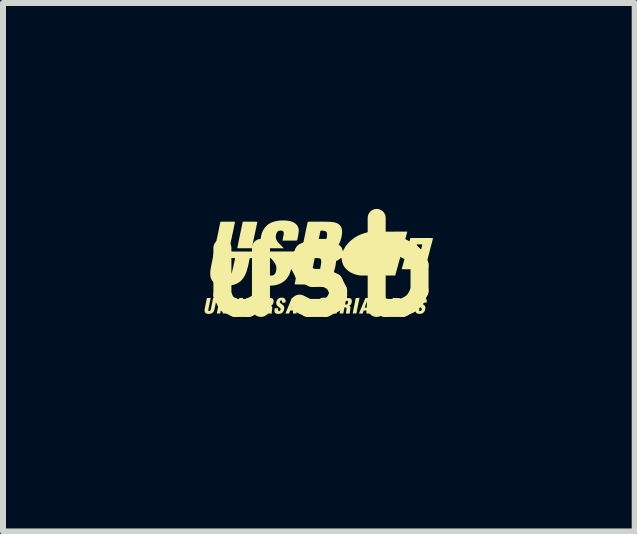
<source format=kicad_pcb>
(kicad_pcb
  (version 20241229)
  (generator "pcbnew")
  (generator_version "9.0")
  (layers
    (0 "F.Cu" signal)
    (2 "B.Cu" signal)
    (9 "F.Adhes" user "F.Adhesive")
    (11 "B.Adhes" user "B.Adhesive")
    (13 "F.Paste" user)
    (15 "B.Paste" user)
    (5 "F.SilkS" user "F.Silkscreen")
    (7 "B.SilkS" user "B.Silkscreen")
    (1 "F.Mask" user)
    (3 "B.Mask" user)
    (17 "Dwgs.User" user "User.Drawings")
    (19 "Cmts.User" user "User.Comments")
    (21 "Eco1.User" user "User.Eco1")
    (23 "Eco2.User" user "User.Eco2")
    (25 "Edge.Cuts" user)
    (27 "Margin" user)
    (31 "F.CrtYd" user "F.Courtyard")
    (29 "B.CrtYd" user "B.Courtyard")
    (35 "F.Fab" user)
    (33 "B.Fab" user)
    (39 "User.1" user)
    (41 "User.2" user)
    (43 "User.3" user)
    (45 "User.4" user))
  (footprint "usb"
    (layer "F.Cu")
    (at 2.264 1.404)
    (property "Reference" "usb" (at 0 0 0) (layer "F.SilkS") (effects (font (size 1.5 1.5) (thickness 0.3))))
    (attr board_only exclude_from_pos_files exclude_from_bom)
    (fp_poly (pts (xy -1.394 0.635) (xy -1.4 0.662) (xy -1.405 0.688) (xy -1.409 0.711) (xy -1.413 0.73) (xy -1.416 0.746) (xy -1.419 0.758) (xy -1.42 0.764) (xy -1.42 0.765) (xy -1.421 0.768) (xy -1.424 0.77) (xy -1.428 0.771) (xy -1.437 0.772) (xy -1.45 0.772) (xy -1.453 0.772) (xy -1.483 0.772) (xy -1.459 0.649) (xy -1.454 0.622) (xy -1.448 0.597) (xy -1.444 0.574) (xy -1.44 0.554) (xy -1.437 0.538) (xy -1.434 0.527) (xy -1.433 0.52) (xy -1.433 0.52) (xy -1.432 0.516) (xy -1.429 0.514) (xy -1.425 0.513) (xy -1.416 0.513) (xy -1.403 0.513) (xy -1.4 0.512) (xy -1.37 0.512)) (stroke (width 0) (type solid)) (fill yes) (layer "F.SilkS"))
    (fp_poly (pts (xy 0.676 0.523) (xy 0.675 0.528) (xy 0.673 0.539) (xy 0.67 0.554) (xy 0.666 0.573) (xy 0.661 0.596) (xy 0.656 0.62) (xy 0.651 0.647) (xy 0.65 0.652) (xy 0.626 0.77) (xy 0.596 0.771) (xy 0.581 0.771) (xy 0.572 0.771) (xy 0.567 0.77) (xy 0.566 0.768) (xy 0.566 0.768) (xy 0.566 0.764) (xy 0.568 0.755) (xy 0.571 0.741) (xy 0.574 0.722) (xy 0.578 0.701) (xy 0.583 0.676) (xy 0.588 0.65) (xy 0.591 0.639) (xy 0.596 0.612) (xy 0.601 0.587) (xy 0.606 0.565) (xy 0.609 0.545) (xy 0.612 0.53) (xy 0.614 0.519) (xy 0.616 0.514) (xy 0.616 0.513) (xy 0.619 0.513) (xy 0.626 0.513) (xy 0.638 0.513) (xy 0.647 0.512) (xy 0.678 0.512)) (stroke (width 0) (type solid)) (fill yes) (layer "F.SilkS"))
    (fp_poly (pts (xy -1.267 0.599) (xy -1.268 0.622) (xy -1.268 0.642) (xy -1.268 0.659) (xy -1.268 0.672) (xy -1.268 0.681) (xy -1.268 0.684) (xy -1.268 0.684) (xy -1.266 0.681) (xy -1.263 0.673) (xy -1.258 0.66) (xy -1.252 0.644) (xy -1.244 0.625) (xy -1.236 0.603) (xy -1.235 0.599) (xy -1.227 0.577) (xy -1.219 0.558) (xy -1.213 0.541) (xy -1.208 0.527) (xy -1.204 0.518) (xy -1.202 0.514) (xy -1.202 0.514) (xy -1.199 0.513) (xy -1.19 0.513) (xy -1.179 0.513) (xy -1.171 0.513) (xy -1.141 0.514) (xy -1.195 0.642) (xy -1.249 0.77) (xy -1.285 0.771) (xy -1.321 0.772) (xy -1.323 0.706) (xy -1.324 0.68) (xy -1.324 0.651) (xy -1.325 0.622) (xy -1.326 0.594) (xy -1.326 0.576) (xy -1.327 0.512) (xy -1.296 0.512) (xy -1.265 0.512)) (stroke (width 0) (type solid)) (fill yes) (layer "F.SilkS"))
    (fp_poly (pts (xy -1.113 -0.759) (xy -1.086 -0.759) (xy -1.064 -0.759) (xy -1.048 -0.758) (xy -1.036 -0.758) (xy -1.029 -0.757) (xy -1.025 -0.756) (xy -1.025 -0.756) (xy -1.026 -0.752) (xy -1.027 -0.743) (xy -1.03 -0.729) (xy -1.034 -0.71) (xy -1.039 -0.687) (xy -1.045 -0.66) (xy -1.051 -0.63) (xy -1.058 -0.597) (xy -1.065 -0.563) (xy -1.071 -0.534) (xy -1.117 -0.316) (xy -1.238 -0.316) (xy -1.265 -0.316) (xy -1.29 -0.316) (xy -1.312 -0.316) (xy -1.33 -0.316) (xy -1.345 -0.317) (xy -1.355 -0.317) (xy -1.359 -0.318) (xy -1.359 -0.318) (xy -1.359 -0.321) (xy -1.357 -0.33) (xy -1.354 -0.344) (xy -1.35 -0.363) (xy -1.346 -0.386) (xy -1.34 -0.413) (xy -1.334 -0.443) (xy -1.327 -0.475) (xy -1.32 -0.51) (xy -1.314 -0.54) (xy -1.268 -0.759) (xy -1.146 -0.759)) (stroke (width 0) (type solid)) (fill yes) (layer "F.SilkS"))
    (fp_poly (pts (xy -0.236 0.513) (xy -0.227 0.513) (xy -0.222 0.514) (xy -0.22 0.515) (xy -0.22 0.518) (xy -0.22 0.52) (xy -0.222 0.525) (xy -0.224 0.536) (xy -0.227 0.55) (xy -0.23 0.568) (xy -0.234 0.587) (xy -0.238 0.608) (xy -0.243 0.63) (xy -0.247 0.651) (xy -0.251 0.67) (xy -0.254 0.687) (xy -0.257 0.701) (xy -0.258 0.711) (xy -0.259 0.716) (xy -0.259 0.716) (xy -0.256 0.717) (xy -0.249 0.718) (xy -0.237 0.719) (xy -0.223 0.719) (xy -0.207 0.719) (xy -0.196 0.719) (xy -0.19 0.721) (xy -0.187 0.725) (xy -0.187 0.731) (xy -0.19 0.741) (xy -0.19 0.744) (xy -0.193 0.754) (xy -0.195 0.763) (xy -0.195 0.763) (xy -0.197 0.772) (xy -0.265 0.772) (xy -0.334 0.772) (xy -0.311 0.659) (xy -0.305 0.632) (xy -0.3 0.607) (xy -0.295 0.584) (xy -0.291 0.564) (xy -0.288 0.547) (xy -0.285 0.535) (xy -0.284 0.529) (xy -0.281 0.512) (xy -0.25 0.512)) (stroke (width 0) (type solid)) (fill yes) (layer "F.SilkS"))
    (fp_poly (pts (xy 0.988 0.513) (xy 0.999 0.513) (xy 1.005 0.513) (xy 1.006 0.513) (xy 1.006 0.517) (xy 1.004 0.525) (xy 1.001 0.538) (xy 0.998 0.556) (xy 0.994 0.576) (xy 0.989 0.599) (xy 0.986 0.616) (xy 0.981 0.64) (xy 0.977 0.662) (xy 0.973 0.682) (xy 0.97 0.698) (xy 0.967 0.709) (xy 0.966 0.716) (xy 0.966 0.718) (xy 0.969 0.718) (xy 0.976 0.718) (xy 0.988 0.719) (xy 1.002 0.719) (xy 1.017 0.719) (xy 1.028 0.719) (xy 1.034 0.721) (xy 1.037 0.725) (xy 1.037 0.732) (xy 1.035 0.743) (xy 1.034 0.75) (xy 1.03 0.772) (xy 0.962 0.772) (xy 0.942 0.772) (xy 0.925 0.771) (xy 0.91 0.771) (xy 0.9 0.77) (xy 0.894 0.77) (xy 0.894 0.77) (xy 0.894 0.766) (xy 0.896 0.757) (xy 0.899 0.743) (xy 0.902 0.725) (xy 0.906 0.704) (xy 0.911 0.68) (xy 0.917 0.653) (xy 0.919 0.64) (xy 0.945 0.512) (xy 0.975 0.512)) (stroke (width 0) (type solid)) (fill yes) (layer "F.SilkS"))
    (fp_poly (pts (xy 0.343 0.52) (xy 0.341 0.526) (xy 0.339 0.537) (xy 0.337 0.546) (xy 0.334 0.566) (xy 0.294 0.566) (xy 0.254 0.566) (xy 0.251 0.586) (xy 0.249 0.596) (xy 0.247 0.605) (xy 0.247 0.609) (xy 0.249 0.611) (xy 0.257 0.612) (xy 0.271 0.612) (xy 0.284 0.613) (xy 0.322 0.613) (xy 0.32 0.623) (xy 0.318 0.632) (xy 0.315 0.644) (xy 0.314 0.648) (xy 0.311 0.664) (xy 0.273 0.665) (xy 0.235 0.666) (xy 0.232 0.681) (xy 0.229 0.692) (xy 0.227 0.704) (xy 0.226 0.707) (xy 0.224 0.719) (xy 0.266 0.719) (xy 0.307 0.719) (xy 0.305 0.73) (xy 0.303 0.741) (xy 0.3 0.753) (xy 0.299 0.757) (xy 0.296 0.772) (xy 0.224 0.772) (xy 0.151 0.772) (xy 0.175 0.649) (xy 0.181 0.622) (xy 0.186 0.597) (xy 0.19 0.574) (xy 0.194 0.554) (xy 0.198 0.538) (xy 0.2 0.527) (xy 0.201 0.52) (xy 0.202 0.52) (xy 0.203 0.512) (xy 0.274 0.512) (xy 0.344 0.512)) (stroke (width 0) (type solid)) (fill yes) (layer "F.SilkS"))
    (fp_poly (pts (xy -0.374 0.557) (xy -0.373 0.573) (xy -0.373 0.593) (xy -0.372 0.617) (xy -0.372 0.643) (xy -0.371 0.669) (xy -0.371 0.687) (xy -0.37 0.772) (xy -0.401 0.772) (xy -0.431 0.772) (xy -0.431 0.747) (xy -0.431 0.722) (xy -0.454 0.722) (xy -0.478 0.722) (xy -0.486 0.747) (xy -0.495 0.772) (xy -0.526 0.772) (xy -0.54 0.772) (xy -0.549 0.771) (xy -0.554 0.77) (xy -0.555 0.769) (xy -0.555 0.766) (xy -0.553 0.762) (xy -0.55 0.753) (xy -0.544 0.74) (xy -0.537 0.722) (xy -0.528 0.701) (xy -0.518 0.678) (xy -0.517 0.675) (xy -0.462 0.675) (xy -0.445 0.675) (xy -0.429 0.675) (xy -0.427 0.652) (xy -0.426 0.639) (xy -0.425 0.622) (xy -0.424 0.604) (xy -0.424 0.597) (xy -0.422 0.564) (xy -0.428 0.58) (xy -0.431 0.589) (xy -0.436 0.602) (xy -0.442 0.617) (xy -0.447 0.634) (xy -0.448 0.635) (xy -0.462 0.675) (xy -0.517 0.675) (xy -0.508 0.652) (xy -0.501 0.637) (xy -0.449 0.512) (xy -0.412 0.512) (xy -0.376 0.512)) (stroke (width 0) (type solid)) (fill yes) (layer "F.SilkS"))
    (fp_poly (pts (xy 0.851 0.532) (xy 0.852 0.54) (xy 0.852 0.553) (xy 0.853 0.57) (xy 0.853 0.592) (xy 0.854 0.616) (xy 0.854 0.641) (xy 0.854 0.662) (xy 0.856 0.772) (xy 0.825 0.772) (xy 0.794 0.772) (xy 0.794 0.747) (xy 0.794 0.722) (xy 0.771 0.722) (xy 0.747 0.722) (xy 0.739 0.747) (xy 0.731 0.772) (xy 0.699 0.772) (xy 0.687 0.772) (xy 0.676 0.771) (xy 0.67 0.77) (xy 0.669 0.769) (xy 0.671 0.766) (xy 0.674 0.757) (xy 0.68 0.744) (xy 0.687 0.727) (xy 0.695 0.707) (xy 0.705 0.684) (xy 0.71 0.672) (xy 0.766 0.672) (xy 0.768 0.674) (xy 0.776 0.675) (xy 0.781 0.675) (xy 0.796 0.675) (xy 0.798 0.663) (xy 0.799 0.656) (xy 0.8 0.644) (xy 0.801 0.628) (xy 0.801 0.612) (xy 0.801 0.608) (xy 0.803 0.564) (xy 0.784 0.617) (xy 0.778 0.634) (xy 0.773 0.649) (xy 0.769 0.661) (xy 0.766 0.669) (xy 0.766 0.672) (xy 0.71 0.672) (xy 0.716 0.658) (xy 0.723 0.64) (xy 0.777 0.513) (xy 0.813 0.513) (xy 0.85 0.512)) (stroke (width 0) (type solid)) (fill yes) (layer "F.SilkS"))
    (fp_poly (pts (xy -1.492 -0.759) (xy -1.467 -0.759) (xy -1.445 -0.759) (xy -1.426 -0.759) (xy -1.411 -0.758) (xy -1.402 -0.758) (xy -1.397 -0.757) (xy -1.397 -0.757) (xy -1.397 -0.754) (xy -1.399 -0.745) (xy -1.402 -0.731) (xy -1.406 -0.712) (xy -1.411 -0.689) (xy -1.416 -0.662) (xy -1.422 -0.632) (xy -1.429 -0.6) (xy -1.436 -0.565) (xy -1.443 -0.535) (xy -1.489 -0.316) (xy -1.61 -0.316) (xy -1.642 -0.316) (xy -1.667 -0.316) (xy -1.688 -0.316) (xy -1.704 -0.316) (xy -1.716 -0.317) (xy -1.724 -0.317) (xy -1.729 -0.318) (xy -1.731 -0.319) (xy -1.731 -0.32) (xy -1.731 -0.324) (xy -1.729 -0.333) (xy -1.726 -0.347) (xy -1.722 -0.366) (xy -1.717 -0.389) (xy -1.712 -0.416) (xy -1.705 -0.446) (xy -1.699 -0.478) (xy -1.691 -0.513) (xy -1.686 -0.539) (xy -1.678 -0.575) (xy -1.671 -0.609) (xy -1.665 -0.641) (xy -1.659 -0.67) (xy -1.653 -0.695) (xy -1.649 -0.717) (xy -1.645 -0.735) (xy -1.642 -0.748) (xy -1.641 -0.755) (xy -1.641 -0.757) (xy -1.638 -0.758) (xy -1.629 -0.758) (xy -1.616 -0.758) (xy -1.598 -0.759) (xy -1.576 -0.759) (xy -1.552 -0.759) (xy -1.526 -0.759) (xy -1.519 -0.759)) (stroke (width 0) (type solid)) (fill yes) (layer "F.SilkS"))
    (fp_poly (pts (xy -0.96 0.52) (xy -0.962 0.526) (xy -0.964 0.537) (xy -0.966 0.546) (xy -0.97 0.566) (xy -1.009 0.566) (xy -1.049 0.566) (xy -1.053 0.586) (xy -1.054 0.596) (xy -1.056 0.605) (xy -1.056 0.609) (xy -1.054 0.611) (xy -1.046 0.612) (xy -1.032 0.612) (xy -1.019 0.613) (xy -0.982 0.613) (xy -0.983 0.624) (xy -0.985 0.635) (xy -0.988 0.647) (xy -0.989 0.65) (xy -0.992 0.664) (xy -1.03 0.665) (xy -1.068 0.666) (xy -1.071 0.681) (xy -1.074 0.692) (xy -1.076 0.704) (xy -1.077 0.707) (xy -1.079 0.719) (xy -1.038 0.719) (xy -0.996 0.719) (xy -0.998 0.73) (xy -1 0.741) (xy -1.003 0.753) (xy -1.004 0.757) (xy -1.007 0.772) (xy -1.078 0.772) (xy -1.102 0.772) (xy -1.121 0.772) (xy -1.134 0.771) (xy -1.143 0.77) (xy -1.148 0.77) (xy -1.15 0.768) (xy -1.15 0.768) (xy -1.149 0.764) (xy -1.148 0.755) (xy -1.145 0.741) (xy -1.141 0.722) (xy -1.137 0.701) (xy -1.132 0.676) (xy -1.127 0.65) (xy -1.125 0.639) (xy -1.12 0.612) (xy -1.115 0.587) (xy -1.11 0.565) (xy -1.106 0.545) (xy -1.103 0.53) (xy -1.101 0.519) (xy -1.1 0.514) (xy -1.1 0.513) (xy -1.097 0.513) (xy -1.089 0.513) (xy -1.076 0.513) (xy -1.059 0.513) (xy -1.04 0.513) (xy -1.029 0.512) (xy -0.959 0.512)) (stroke (width 0) (type solid)) (fill yes) (layer "F.SilkS"))
    (fp_poly (pts (xy -1.51 0.635) (xy -1.515 0.662) (xy -1.52 0.688) (xy -1.525 0.71) (xy -1.529 0.73) (xy -1.532 0.746) (xy -1.534 0.758) (xy -1.536 0.764) (xy -1.536 0.765) (xy -1.537 0.768) (xy -1.539 0.77) (xy -1.543 0.771) (xy -1.551 0.772) (xy -1.564 0.771) (xy -1.57 0.771) (xy -1.601 0.77) (xy -1.61 0.705) (xy -1.612 0.685) (xy -1.615 0.667) (xy -1.617 0.653) (xy -1.618 0.642) (xy -1.619 0.637) (xy -1.619 0.636) (xy -1.62 0.638) (xy -1.621 0.645) (xy -1.623 0.657) (xy -1.626 0.673) (xy -1.629 0.691) (xy -1.631 0.702) (xy -1.642 0.77) (xy -1.671 0.771) (xy -1.685 0.771) (xy -1.694 0.771) (xy -1.699 0.77) (xy -1.7 0.768) (xy -1.699 0.764) (xy -1.698 0.755) (xy -1.695 0.741) (xy -1.691 0.722) (xy -1.687 0.701) (xy -1.682 0.676) (xy -1.677 0.65) (xy -1.675 0.639) (xy -1.67 0.612) (xy -1.665 0.587) (xy -1.66 0.565) (xy -1.656 0.545) (xy -1.653 0.53) (xy -1.651 0.519) (xy -1.65 0.514) (xy -1.65 0.513) (xy -1.647 0.513) (xy -1.639 0.513) (xy -1.628 0.513) (xy -1.618 0.512) (xy -1.585 0.512) (xy -1.577 0.582) (xy -1.574 0.602) (xy -1.572 0.62) (xy -1.57 0.635) (xy -1.568 0.646) (xy -1.568 0.652) (xy -1.567 0.652) (xy -1.567 0.65) (xy -1.565 0.642) (xy -1.563 0.631) (xy -1.561 0.617) (xy -1.561 0.617) (xy -1.558 0.598) (xy -1.555 0.577) (xy -1.552 0.557) (xy -1.55 0.547) (xy -1.545 0.514) (xy -1.515 0.513) (xy -1.485 0.512)) (stroke (width 0) (type solid)) (fill yes) (layer "F.SilkS"))
    (fp_poly (pts (xy 1.736 0.506) (xy 1.757 0.509) (xy 1.774 0.516) (xy 1.787 0.527) (xy 1.796 0.543) (xy 1.799 0.561) (xy 1.798 0.575) (xy 1.796 0.591) (xy 1.768 0.591) (xy 1.739 0.591) (xy 1.74 0.576) (xy 1.74 0.564) (xy 1.736 0.556) (xy 1.728 0.553) (xy 1.726 0.553) (xy 1.714 0.555) (xy 1.706 0.563) (xy 1.703 0.57) (xy 1.701 0.579) (xy 1.703 0.587) (xy 1.708 0.595) (xy 1.718 0.604) (xy 1.73 0.613) (xy 1.749 0.626) (xy 1.762 0.638) (xy 1.771 0.65) (xy 1.775 0.663) (xy 1.776 0.677) (xy 1.775 0.694) (xy 1.768 0.719) (xy 1.758 0.74) (xy 1.743 0.757) (xy 1.726 0.769) (xy 1.716 0.773) (xy 1.702 0.776) (xy 1.685 0.778) (xy 1.668 0.777) (xy 1.652 0.775) (xy 1.646 0.774) (xy 1.631 0.766) (xy 1.62 0.756) (xy 1.615 0.742) (xy 1.613 0.724) (xy 1.613 0.717) (xy 1.615 0.703) (xy 1.616 0.693) (xy 1.62 0.688) (xy 1.626 0.685) (xy 1.636 0.684) (xy 1.647 0.684) (xy 1.675 0.684) (xy 1.673 0.704) (xy 1.672 0.715) (xy 1.672 0.722) (xy 1.674 0.726) (xy 1.678 0.728) (xy 1.688 0.731) (xy 1.699 0.728) (xy 1.706 0.722) (xy 1.713 0.713) (xy 1.716 0.703) (xy 1.716 0.701) (xy 1.714 0.692) (xy 1.71 0.684) (xy 1.701 0.675) (xy 1.688 0.665) (xy 1.681 0.66) (xy 1.663 0.646) (xy 1.651 0.632) (xy 1.645 0.621) (xy 1.642 0.609) (xy 1.641 0.595) (xy 1.644 0.579) (xy 1.647 0.567) (xy 1.657 0.546) (xy 1.67 0.529) (xy 1.688 0.516) (xy 1.71 0.509) (xy 1.735 0.506)) (stroke (width 0) (type solid)) (fill yes) (layer "F.SilkS"))
    (fp_poly (pts (xy -0.605 0.507) (xy -0.593 0.509) (xy -0.589 0.51) (xy -0.573 0.52) (xy -0.561 0.533) (xy -0.554 0.549) (xy -0.553 0.562) (xy -0.553 0.575) (xy -0.555 0.583) (xy -0.558 0.588) (xy -0.566 0.59) (xy -0.577 0.591) (xy -0.585 0.591) (xy -0.613 0.591) (xy -0.613 0.576) (xy -0.614 0.563) (xy -0.617 0.556) (xy -0.624 0.553) (xy -0.628 0.553) (xy -0.638 0.556) (xy -0.645 0.563) (xy -0.65 0.574) (xy -0.65 0.579) (xy -0.65 0.584) (xy -0.648 0.589) (xy -0.645 0.594) (xy -0.638 0.6) (xy -0.629 0.607) (xy -0.615 0.617) (xy -0.607 0.624) (xy -0.591 0.637) (xy -0.581 0.65) (xy -0.577 0.665) (xy -0.576 0.682) (xy -0.576 0.686) (xy -0.58 0.709) (xy -0.587 0.728) (xy -0.598 0.745) (xy -0.602 0.75) (xy -0.618 0.764) (xy -0.636 0.773) (xy -0.657 0.777) (xy -0.673 0.778) (xy -0.685 0.777) (xy -0.697 0.776) (xy -0.704 0.775) (xy -0.72 0.767) (xy -0.732 0.756) (xy -0.738 0.74) (xy -0.74 0.721) (xy -0.737 0.7) (xy -0.733 0.684) (xy -0.705 0.684) (xy -0.677 0.684) (xy -0.68 0.702) (xy -0.68 0.716) (xy -0.676 0.726) (xy -0.669 0.73) (xy -0.663 0.731) (xy -0.652 0.729) (xy -0.644 0.722) (xy -0.639 0.711) (xy -0.637 0.701) (xy -0.638 0.692) (xy -0.642 0.684) (xy -0.651 0.675) (xy -0.665 0.665) (xy -0.666 0.664) (xy -0.685 0.65) (xy -0.698 0.636) (xy -0.706 0.622) (xy -0.71 0.608) (xy -0.71 0.591) (xy -0.709 0.583) (xy -0.702 0.559) (xy -0.691 0.539) (xy -0.675 0.524) (xy -0.656 0.513) (xy -0.647 0.509) (xy -0.635 0.507) (xy -0.62 0.507)) (stroke (width 0) (type solid)) (fill yes) (layer "F.SilkS"))
    (fp_poly (pts (xy 0.097 0.507) (xy 0.105 0.509) (xy 0.112 0.513) (xy 0.128 0.524) (xy 0.138 0.539) (xy 0.143 0.556) (xy 0.142 0.577) (xy 0.14 0.591) (xy 0.112 0.591) (xy 0.084 0.591) (xy 0.084 0.576) (xy 0.083 0.563) (xy 0.079 0.556) (xy 0.072 0.553) (xy 0.069 0.553) (xy 0.058 0.556) (xy 0.05 0.563) (xy 0.047 0.57) (xy 0.045 0.578) (xy 0.046 0.586) (xy 0.051 0.594) (xy 0.06 0.602) (xy 0.074 0.613) (xy 0.079 0.616) (xy 0.095 0.628) (xy 0.106 0.638) (xy 0.114 0.648) (xy 0.118 0.658) (xy 0.12 0.671) (xy 0.12 0.68) (xy 0.117 0.704) (xy 0.11 0.726) (xy 0.098 0.745) (xy 0.083 0.761) (xy 0.065 0.771) (xy 0.061 0.773) (xy 0.046 0.776) (xy 0.029 0.778) (xy 0.011 0.777) (xy -0.005 0.775) (xy -0.01 0.774) (xy -0.026 0.766) (xy -0.036 0.755) (xy -0.042 0.74) (xy -0.043 0.722) (xy -0.04 0.7) (xy -0.037 0.684) (xy -0.009 0.684) (xy 0.019 0.684) (xy 0.017 0.703) (xy 0.016 0.714) (xy 0.017 0.721) (xy 0.02 0.725) (xy 0.02 0.726) (xy 0.028 0.731) (xy 0.038 0.73) (xy 0.047 0.726) (xy 0.054 0.718) (xy 0.059 0.708) (xy 0.059 0.701) (xy 0.059 0.694) (xy 0.057 0.688) (xy 0.054 0.683) (xy 0.047 0.676) (xy 0.036 0.668) (xy 0.028 0.662) (xy 0.014 0.652) (xy 0.005 0.644) (xy -0.002 0.637) (xy -0.007 0.63) (xy -0.01 0.622) (xy -0.011 0.621) (xy -0.015 0.608) (xy -0.015 0.594) (xy -0.012 0.577) (xy -0.009 0.568) (xy -0.000061 0.547) (xy 0.013 0.53) (xy 0.03 0.517) (xy 0.052 0.51) (xy 0.073 0.507) (xy 0.087 0.507)) (stroke (width 0) (type solid)) (fill yes) (layer "F.SilkS"))
    (fp_poly (pts (xy -0.552 -0.779) (xy -0.511 -0.774) (xy -0.472 -0.766) (xy -0.438 -0.755) (xy -0.423 -0.749) (xy -0.402 -0.736) (xy -0.382 -0.72) (xy -0.365 -0.702) (xy -0.352 -0.683) (xy -0.351 -0.681) (xy -0.344 -0.664) (xy -0.338 -0.647) (xy -0.335 -0.629) (xy -0.335 -0.61) (xy -0.336 -0.588) (xy -0.339 -0.562) (xy -0.344 -0.531) (xy -0.347 -0.517) (xy -0.351 -0.498) (xy -0.354 -0.481) (xy -0.357 -0.466) (xy -0.36 -0.455) (xy -0.361 -0.45) (xy -0.361 -0.449) (xy -0.362 -0.448) (xy -0.364 -0.447) (xy -0.367 -0.446) (xy -0.373 -0.445) (xy -0.381 -0.445) (xy -0.393 -0.444) (xy -0.408 -0.444) (xy -0.428 -0.444) (xy -0.453 -0.444) (xy -0.484 -0.444) (xy -0.485 -0.444) (xy -0.606 -0.444) (xy -0.605 -0.451) (xy -0.601 -0.468) (xy -0.597 -0.486) (xy -0.593 -0.505) (xy -0.59 -0.524) (xy -0.587 -0.541) (xy -0.585 -0.554) (xy -0.584 -0.563) (xy -0.584 -0.564) (xy -0.586 -0.582) (xy -0.592 -0.595) (xy -0.602 -0.604) (xy -0.616 -0.609) (xy -0.636 -0.611) (xy -0.638 -0.611) (xy -0.658 -0.609) (xy -0.674 -0.604) (xy -0.687 -0.594) (xy -0.698 -0.579) (xy -0.707 -0.56) (xy -0.713 -0.542) (xy -0.717 -0.52) (xy -0.718 -0.499) (xy -0.715 -0.48) (xy -0.707 -0.458) (xy -0.703 -0.45) (xy -0.698 -0.441) (xy -0.693 -0.433) (xy -0.688 -0.425) (xy -0.681 -0.417) (xy -0.672 -0.407) (xy -0.661 -0.394) (xy -0.645 -0.379) (xy -0.636 -0.37) (xy -0.583 -0.316) (xy -0.764 -0.316) (xy -0.946 -0.316) (xy -0.954 -0.337) (xy -0.964 -0.37) (xy -0.97 -0.403) (xy -0.971 -0.438) (xy -0.971 -0.453) (xy -0.966 -0.501) (xy -0.956 -0.547) (xy -0.942 -0.588) (xy -0.922 -0.627) (xy -0.899 -0.661) (xy -0.871 -0.692) (xy -0.839 -0.718) (xy -0.803 -0.739) (xy -0.795 -0.742) (xy -0.76 -0.756) (xy -0.722 -0.767) (xy -0.68 -0.774) (xy -0.637 -0.779) (xy -0.594 -0.78)) (stroke (width 0) (type solid)) (fill yes) (layer "F.SilkS"))
    (fp_poly (pts (xy 1.289 0.513) (xy 1.31 0.513) (xy 1.325 0.514) (xy 1.337 0.515) (xy 1.345 0.516) (xy 1.351 0.518) (xy 1.357 0.52) (xy 1.358 0.52) (xy 1.37 0.528) (xy 1.378 0.538) (xy 1.382 0.551) (xy 1.382 0.564) (xy 1.379 0.586) (xy 1.371 0.605) (xy 1.357 0.622) (xy 1.355 0.624) (xy 1.342 0.636) (xy 1.35 0.643) (xy 1.359 0.653) (xy 1.364 0.666) (xy 1.364 0.682) (xy 1.362 0.691) (xy 1.357 0.714) (xy 1.349 0.733) (xy 1.337 0.747) (xy 1.322 0.759) (xy 1.318 0.761) (xy 1.312 0.764) (xy 1.307 0.767) (xy 1.301 0.768) (xy 1.294 0.769) (xy 1.285 0.77) (xy 1.271 0.771) (xy 1.254 0.771) (xy 1.241 0.771) (xy 1.18 0.772) (xy 1.182 0.765) (xy 1.183 0.76) (xy 1.185 0.75) (xy 1.188 0.736) (xy 1.191 0.721) (xy 1.253 0.721) (xy 1.256 0.724) (xy 1.263 0.725) (xy 1.271 0.725) (xy 1.281 0.723) (xy 1.282 0.722) (xy 1.291 0.715) (xy 1.298 0.704) (xy 1.301 0.689) (xy 1.302 0.677) (xy 1.298 0.669) (xy 1.29 0.665) (xy 1.28 0.664) (xy 1.264 0.664) (xy 1.259 0.691) (xy 1.256 0.703) (xy 1.254 0.713) (xy 1.253 0.72) (xy 1.253 0.721) (xy 1.191 0.721) (xy 1.192 0.717) (xy 1.196 0.695) (xy 1.201 0.67) (xy 1.206 0.643) (xy 1.208 0.635) (xy 1.213 0.61) (xy 1.276 0.61) (xy 1.278 0.612) (xy 1.286 0.613) (xy 1.295 0.612) (xy 1.303 0.609) (xy 1.304 0.609) (xy 1.31 0.603) (xy 1.315 0.593) (xy 1.318 0.581) (xy 1.319 0.575) (xy 1.316 0.566) (xy 1.308 0.561) (xy 1.295 0.559) (xy 1.294 0.559) (xy 1.289 0.56) (xy 1.286 0.562) (xy 1.284 0.567) (xy 1.282 0.578) (xy 1.281 0.579) (xy 1.279 0.59) (xy 1.277 0.6) (xy 1.276 0.605) (xy 1.276 0.61) (xy 1.213 0.61) (xy 1.232 0.512)) (stroke (width 0) (type solid)) (fill yes) (layer "F.SilkS"))
    (fp_poly (pts (xy 0.458 0.513) (xy 0.481 0.514) (xy 0.499 0.514) (xy 0.512 0.516) (xy 0.522 0.518) (xy 0.53 0.521) (xy 0.535 0.525) (xy 0.54 0.53) (xy 0.543 0.534) (xy 0.548 0.547) (xy 0.55 0.564) (xy 0.549 0.582) (xy 0.544 0.599) (xy 0.536 0.616) (xy 0.529 0.625) (xy 0.522 0.632) (xy 0.515 0.638) (xy 0.512 0.639) (xy 0.509 0.641) (xy 0.509 0.643) (xy 0.514 0.648) (xy 0.517 0.651) (xy 0.524 0.659) (xy 0.528 0.666) (xy 0.528 0.668) (xy 0.528 0.673) (xy 0.526 0.684) (xy 0.525 0.697) (xy 0.522 0.713) (xy 0.522 0.717) (xy 0.519 0.736) (xy 0.518 0.75) (xy 0.517 0.759) (xy 0.518 0.765) (xy 0.519 0.766) (xy 0.52 0.768) (xy 0.519 0.77) (xy 0.516 0.771) (xy 0.509 0.772) (xy 0.497 0.772) (xy 0.488 0.772) (xy 0.453 0.772) (xy 0.453 0.759) (xy 0.454 0.748) (xy 0.456 0.735) (xy 0.458 0.725) (xy 0.461 0.706) (xy 0.462 0.69) (xy 0.461 0.68) (xy 0.458 0.675) (xy 0.452 0.672) (xy 0.443 0.67) (xy 0.441 0.67) (xy 0.429 0.668) (xy 0.425 0.685) (xy 0.423 0.696) (xy 0.42 0.71) (xy 0.417 0.726) (xy 0.414 0.736) (xy 0.407 0.77) (xy 0.377 0.771) (xy 0.362 0.771) (xy 0.353 0.771) (xy 0.348 0.77) (xy 0.347 0.768) (xy 0.347 0.764) (xy 0.349 0.755) (xy 0.352 0.741) (xy 0.355 0.723) (xy 0.36 0.701) (xy 0.365 0.677) (xy 0.37 0.65) (xy 0.372 0.638) (xy 0.377 0.615) (xy 0.438 0.615) (xy 0.439 0.62) (xy 0.443 0.622) (xy 0.453 0.622) (xy 0.463 0.621) (xy 0.471 0.618) (xy 0.474 0.615) (xy 0.481 0.604) (xy 0.486 0.589) (xy 0.487 0.578) (xy 0.485 0.569) (xy 0.477 0.562) (xy 0.465 0.559) (xy 0.462 0.559) (xy 0.45 0.559) (xy 0.447 0.577) (xy 0.444 0.589) (xy 0.442 0.601) (xy 0.44 0.606) (xy 0.438 0.615) (xy 0.377 0.615) (xy 0.398 0.512)) (stroke (width 0) (type solid)) (fill yes) (layer "F.SilkS"))
    (fp_poly (pts (xy 1.596 0.513) (xy 1.605 0.513) (xy 1.609 0.514) (xy 1.611 0.515) (xy 1.611 0.518) (xy 1.611 0.52) (xy 1.61 0.524) (xy 1.608 0.534) (xy 1.605 0.549) (xy 1.601 0.567) (xy 1.597 0.588) (xy 1.592 0.611) (xy 1.591 0.62) (xy 1.584 0.651) (xy 1.579 0.676) (xy 1.574 0.697) (xy 1.57 0.713) (xy 1.565 0.726) (xy 1.561 0.736) (xy 1.556 0.744) (xy 1.551 0.75) (xy 1.545 0.756) (xy 1.544 0.757) (xy 1.533 0.765) (xy 1.52 0.771) (xy 1.515 0.773) (xy 1.502 0.776) (xy 1.485 0.777) (xy 1.467 0.778) (xy 1.451 0.776) (xy 1.441 0.774) (xy 1.427 0.767) (xy 1.416 0.755) (xy 1.409 0.74) (xy 1.406 0.723) (xy 1.407 0.719) (xy 1.409 0.709) (xy 1.411 0.694) (xy 1.415 0.676) (xy 1.419 0.655) (xy 1.423 0.631) (xy 1.427 0.616) (xy 1.431 0.591) (xy 1.436 0.569) (xy 1.44 0.55) (xy 1.443 0.534) (xy 1.445 0.522) (xy 1.447 0.515) (xy 1.447 0.513) (xy 1.45 0.513) (xy 1.458 0.513) (xy 1.469 0.513) (xy 1.478 0.512) (xy 1.493 0.513) (xy 1.503 0.513) (xy 1.508 0.515) (xy 1.509 0.516) (xy 1.508 0.52) (xy 1.506 0.53) (xy 1.503 0.544) (xy 1.499 0.561) (xy 1.495 0.582) (xy 1.49 0.605) (xy 1.487 0.621) (xy 1.482 0.649) (xy 1.477 0.671) (xy 1.474 0.689) (xy 1.472 0.703) (xy 1.471 0.712) (xy 1.47 0.719) (xy 1.47 0.723) (xy 1.471 0.726) (xy 1.472 0.726) (xy 1.479 0.731) (xy 1.488 0.731) (xy 1.498 0.727) (xy 1.505 0.721) (xy 1.506 0.719) (xy 1.508 0.714) (xy 1.51 0.704) (xy 1.513 0.69) (xy 1.517 0.672) (xy 1.522 0.651) (xy 1.527 0.628) (xy 1.528 0.619) (xy 1.533 0.596) (xy 1.537 0.574) (xy 1.541 0.555) (xy 1.544 0.539) (xy 1.547 0.527) (xy 1.548 0.521) (xy 1.548 0.52) (xy 1.55 0.516) (xy 1.552 0.514) (xy 1.557 0.513) (xy 1.565 0.513) (xy 1.578 0.513) (xy 1.581 0.512)) (stroke (width 0) (type solid)) (fill yes) (layer "F.SilkS"))
    (fp_poly (pts (xy -1.717 0.513) (xy -1.708 0.513) (xy -1.703 0.514) (xy -1.701 0.515) (xy -1.701 0.518) (xy -1.702 0.52) (xy -1.703 0.524) (xy -1.705 0.534) (xy -1.708 0.549) (xy -1.711 0.567) (xy -1.716 0.588) (xy -1.72 0.611) (xy -1.722 0.619) (xy -1.727 0.643) (xy -1.732 0.666) (xy -1.736 0.687) (xy -1.74 0.705) (xy -1.744 0.718) (xy -1.747 0.727) (xy -1.747 0.728) (xy -1.757 0.745) (xy -1.772 0.759) (xy -1.789 0.77) (xy -1.798 0.773) (xy -1.812 0.776) (xy -1.829 0.778) (xy -1.846 0.778) (xy -1.861 0.776) (xy -1.872 0.773) (xy -1.887 0.764) (xy -1.898 0.751) (xy -1.903 0.736) (xy -1.904 0.731) (xy -1.905 0.726) (xy -1.905 0.72) (xy -1.904 0.712) (xy -1.902 0.701) (xy -1.9 0.688) (xy -1.897 0.67) (xy -1.892 0.647) (xy -1.888 0.623) (xy -1.883 0.599) (xy -1.878 0.577) (xy -1.874 0.557) (xy -1.871 0.541) (xy -1.869 0.528) (xy -1.867 0.521) (xy -1.867 0.52) (xy -1.866 0.516) (xy -1.863 0.514) (xy -1.858 0.513) (xy -1.85 0.513) (xy -1.837 0.513) (xy -1.834 0.512) (xy -1.821 0.513) (xy -1.811 0.513) (xy -1.804 0.513) (xy -1.803 0.513) (xy -1.804 0.517) (xy -1.805 0.525) (xy -1.808 0.538) (xy -1.811 0.556) (xy -1.816 0.576) (xy -1.82 0.599) (xy -1.823 0.616) (xy -1.828 0.64) (xy -1.833 0.662) (xy -1.837 0.682) (xy -1.84 0.698) (xy -1.842 0.71) (xy -1.843 0.717) (xy -1.844 0.719) (xy -1.841 0.724) (xy -1.835 0.729) (xy -1.828 0.731) (xy -1.827 0.731) (xy -1.819 0.729) (xy -1.811 0.724) (xy -1.811 0.724) (xy -1.809 0.722) (xy -1.807 0.719) (xy -1.805 0.714) (xy -1.802 0.707) (xy -1.8 0.697) (xy -1.797 0.683) (xy -1.793 0.665) (xy -1.788 0.643) (xy -1.783 0.616) (xy -1.778 0.591) (xy -1.773 0.569) (xy -1.77 0.55) (xy -1.766 0.534) (xy -1.764 0.522) (xy -1.763 0.515) (xy -1.762 0.513) (xy -1.76 0.513) (xy -1.752 0.513) (xy -1.74 0.513) (xy -1.731 0.512)) (stroke (width 0) (type solid)) (fill yes) (layer "F.SilkS"))
    (fp_poly (pts (xy -0.827 0.513) (xy -0.808 0.513) (xy -0.794 0.515) (xy -0.783 0.517) (xy -0.774 0.52) (xy -0.768 0.525) (xy -0.764 0.529) (xy -0.757 0.54) (xy -0.754 0.555) (xy -0.753 0.572) (xy -0.756 0.589) (xy -0.762 0.606) (xy -0.77 0.621) (xy -0.774 0.625) (xy -0.781 0.632) (xy -0.788 0.638) (xy -0.791 0.639) (xy -0.794 0.641) (xy -0.794 0.643) (xy -0.789 0.648) (xy -0.785 0.652) (xy -0.782 0.655) (xy -0.779 0.659) (xy -0.777 0.662) (xy -0.776 0.667) (xy -0.776 0.674) (xy -0.777 0.684) (xy -0.778 0.698) (xy -0.781 0.716) (xy -0.782 0.728) (xy -0.784 0.742) (xy -0.785 0.754) (xy -0.784 0.763) (xy -0.784 0.765) (xy -0.783 0.768) (xy -0.784 0.77) (xy -0.787 0.771) (xy -0.793 0.772) (xy -0.804 0.772) (xy -0.816 0.772) (xy -0.85 0.772) (xy -0.85 0.762) (xy -0.849 0.754) (xy -0.848 0.742) (xy -0.846 0.729) (xy -0.845 0.727) (xy -0.842 0.706) (xy -0.841 0.691) (xy -0.842 0.68) (xy -0.845 0.675) (xy -0.851 0.672) (xy -0.86 0.67) (xy -0.862 0.67) (xy -0.874 0.668) (xy -0.878 0.683) (xy -0.879 0.693) (xy -0.882 0.706) (xy -0.885 0.722) (xy -0.888 0.735) (xy -0.895 0.772) (xy -0.926 0.772) (xy -0.939 0.772) (xy -0.949 0.771) (xy -0.955 0.77) (xy -0.956 0.77) (xy -0.956 0.766) (xy -0.954 0.757) (xy -0.951 0.743) (xy -0.948 0.725) (xy -0.944 0.704) (xy -0.939 0.68) (xy -0.933 0.653) (xy -0.931 0.64) (xy -0.927 0.619) (xy -0.865 0.619) (xy -0.862 0.621) (xy -0.856 0.622) (xy -0.851 0.622) (xy -0.84 0.621) (xy -0.832 0.618) (xy -0.829 0.615) (xy -0.821 0.604) (xy -0.817 0.592) (xy -0.816 0.58) (xy -0.818 0.57) (xy -0.823 0.564) (xy -0.828 0.562) (xy -0.836 0.56) (xy -0.844 0.559) (xy -0.851 0.559) (xy -0.853 0.561) (xy -0.854 0.564) (xy -0.855 0.572) (xy -0.857 0.583) (xy -0.86 0.594) (xy -0.862 0.605) (xy -0.864 0.613) (xy -0.864 0.615) (xy -0.865 0.619) (xy -0.927 0.619) (xy -0.905 0.512) (xy -0.851 0.512)) (stroke (width 0) (type solid)) (fill yes) (layer "F.SilkS"))
    (fp_poly (pts (xy 1.755 -0.487) (xy 1.789 -0.487) (xy 1.819 -0.487) (xy 1.843 -0.487) (xy 1.862 -0.487) (xy 1.878 -0.486) (xy 1.889 -0.486) (xy 1.897 -0.485) (xy 1.901 -0.485) (xy 1.903 -0.484) (xy 1.903 -0.484) (xy 1.902 -0.48) (xy 1.9 -0.471) (xy 1.896 -0.457) (xy 1.892 -0.438) (xy 1.886 -0.414) (xy 1.879 -0.387) (xy 1.871 -0.357) (xy 1.862 -0.324) (xy 1.853 -0.288) (xy 1.843 -0.25) (xy 1.836 -0.223) (xy 1.77 0.033) (xy 1.576 0.034) (xy 1.541 0.034) (xy 1.509 0.034) (xy 1.479 0.034) (xy 1.452 0.034) (xy 1.429 0.034) (xy 1.41 0.033) (xy 1.395 0.033) (xy 1.385 0.033) (xy 1.381 0.033) (xy 1.381 0.033) (xy 1.382 0.029) (xy 1.384 0.021) (xy 1.388 0.007) (xy 1.393 -0.012) (xy 1.4 -0.035) (xy 1.407 -0.061) (xy 1.411 -0.075) (xy 1.562 -0.075) (xy 1.566 -0.074) (xy 1.575 -0.073) (xy 1.59 -0.072) (xy 1.607 -0.072) (xy 1.652 -0.072) (xy 1.662 -0.115) (xy 1.666 -0.131) (xy 1.669 -0.145) (xy 1.672 -0.157) (xy 1.674 -0.164) (xy 1.674 -0.165) (xy 1.676 -0.172) (xy 1.63 -0.172) (xy 1.585 -0.172) (xy 1.574 -0.125) (xy 1.57 -0.109) (xy 1.567 -0.095) (xy 1.564 -0.083) (xy 1.563 -0.077) (xy 1.562 -0.075) (xy 1.411 -0.075) (xy 1.415 -0.092) (xy 1.425 -0.125) (xy 1.435 -0.16) (xy 1.445 -0.198) (xy 1.453 -0.227) (xy 1.464 -0.266) (xy 1.469 -0.285) (xy 1.611 -0.285) (xy 1.612 -0.283) (xy 1.616 -0.282) (xy 1.623 -0.282) (xy 1.636 -0.282) (xy 1.654 -0.282) (xy 1.655 -0.282) (xy 1.701 -0.283) (xy 1.712 -0.325) (xy 1.715 -0.341) (xy 1.719 -0.355) (xy 1.721 -0.367) (xy 1.723 -0.373) (xy 1.723 -0.374) (xy 1.725 -0.381) (xy 1.68 -0.381) (xy 1.635 -0.381) (xy 1.631 -0.37) (xy 1.629 -0.362) (xy 1.626 -0.349) (xy 1.623 -0.335) (xy 1.62 -0.323) (xy 1.617 -0.309) (xy 1.614 -0.297) (xy 1.612 -0.289) (xy 1.611 -0.285) (xy 1.469 -0.285) (xy 1.474 -0.303) (xy 1.484 -0.338) (xy 1.493 -0.37) (xy 1.501 -0.399) (xy 1.508 -0.425) (xy 1.514 -0.447) (xy 1.519 -0.464) (xy 1.523 -0.477) (xy 1.525 -0.484) (xy 1.525 -0.486) (xy 1.528 -0.486) (xy 1.537 -0.487) (xy 1.551 -0.487) (xy 1.569 -0.487) (xy 1.592 -0.487) (xy 1.618 -0.487) (xy 1.647 -0.487) (xy 1.679 -0.487) (xy 1.713 -0.487) (xy 1.714 -0.487)) (stroke (width 0) (type solid)) (fill yes) (layer "F.SilkS"))
    (fp_poly (pts (xy 0.037 -0.759) (xy 0.079 -0.759) (xy 0.115 -0.759) (xy 0.147 -0.758) (xy 0.174 -0.757) (xy 0.198 -0.756) (xy 0.218 -0.754) (xy 0.236 -0.752) (xy 0.252 -0.749) (xy 0.266 -0.746) (xy 0.279 -0.742) (xy 0.292 -0.738) (xy 0.303 -0.734) (xy 0.324 -0.722) (xy 0.344 -0.707) (xy 0.36 -0.69) (xy 0.37 -0.676) (xy 0.38 -0.652) (xy 0.385 -0.623) (xy 0.388 -0.59) (xy 0.386 -0.554) (xy 0.38 -0.515) (xy 0.37 -0.473) (xy 0.37 -0.473) (xy 0.357 -0.431) (xy 0.34 -0.394) (xy 0.319 -0.361) (xy 0.296 -0.334) (xy 0.295 -0.333) (xy 0.277 -0.316) (xy -0.001 -0.316) (xy -0.049 -0.316) (xy -0.091 -0.316) (xy -0.127 -0.316) (xy -0.159 -0.316) (xy -0.186 -0.316) (xy -0.208 -0.316) (xy -0.227 -0.316) (xy -0.242 -0.316) (xy -0.253 -0.317) (xy -0.262 -0.317) (xy -0.269 -0.318) (xy -0.273 -0.318) (xy -0.276 -0.319) (xy -0.277 -0.32) (xy -0.277 -0.321) (xy -0.277 -0.321) (xy -0.276 -0.325) (xy -0.274 -0.335) (xy -0.273 -0.337) (xy -0.028 -0.337) (xy -0.025 -0.336) (xy -0.016 -0.335) (xy -0.002 -0.336) (xy 0.009 -0.336) (xy 0.027 -0.337) (xy 0.041 -0.339) (xy 0.052 -0.342) (xy 0.062 -0.345) (xy 0.075 -0.353) (xy 0.087 -0.365) (xy 0.097 -0.381) (xy 0.107 -0.402) (xy 0.116 -0.428) (xy 0.117 -0.434) (xy 0.126 -0.465) (xy 0.132 -0.494) (xy 0.135 -0.52) (xy 0.137 -0.543) (xy 0.136 -0.562) (xy 0.133 -0.577) (xy 0.129 -0.583) (xy 0.12 -0.594) (xy 0.108 -0.601) (xy 0.092 -0.606) (xy 0.072 -0.608) (xy 0.062 -0.609) (xy 0.047 -0.609) (xy 0.038 -0.609) (xy 0.032 -0.609) (xy 0.029 -0.607) (xy 0.027 -0.605) (xy 0.027 -0.604) (xy 0.026 -0.6) (xy 0.024 -0.59) (xy 0.021 -0.576) (xy 0.017 -0.558) (xy 0.013 -0.537) (xy 0.008 -0.514) (xy 0.003 -0.49) (xy -0.002 -0.465) (xy -0.007 -0.44) (xy -0.012 -0.417) (xy -0.017 -0.395) (xy -0.021 -0.375) (xy -0.024 -0.359) (xy -0.026 -0.346) (xy -0.028 -0.339) (xy -0.028 -0.337) (xy -0.273 -0.337) (xy -0.271 -0.349) (xy -0.267 -0.368) (xy -0.262 -0.392) (xy -0.256 -0.418) (xy -0.25 -0.448) (xy -0.243 -0.481) (xy -0.236 -0.515) (xy -0.231 -0.537) (xy -0.224 -0.573) (xy -0.217 -0.607) (xy -0.21 -0.638) (xy -0.204 -0.667) (xy -0.199 -0.693) (xy -0.194 -0.714) (xy -0.19 -0.732) (xy -0.188 -0.745) (xy -0.186 -0.752) (xy -0.186 -0.754) (xy -0.185 -0.755) (xy -0.183 -0.756) (xy -0.18 -0.757) (xy -0.176 -0.758) (xy -0.169 -0.758) (xy -0.159 -0.759) (xy -0.146 -0.759) (xy -0.129 -0.759) (xy -0.107 -0.759) (xy -0.081 -0.759) (xy -0.05 -0.759) (xy -0.013 -0.759) (xy -0.01 -0.759)) (stroke (width 0) (type solid)) (fill yes) (layer "F.SilkS"))
    (fp_poly (pts (xy 1.473 -0.587) (xy 1.472 -0.583) (xy 1.47 -0.573) (xy 1.466 -0.559) (xy 1.46 -0.539) (xy 1.454 -0.515) (xy 1.446 -0.486) (xy 1.437 -0.454) (xy 1.427 -0.419) (xy 1.417 -0.381) (xy 1.405 -0.339) (xy 1.393 -0.296) (xy 1.381 -0.251) (xy 1.372 -0.22) (xy 1.273 0.139) (xy 0.981 0.139) (xy 0.931 0.139) (xy 0.888 0.139) (xy 0.849 0.139) (xy 0.816 0.139) (xy 0.787 0.139) (xy 0.762 0.139) (xy 0.741 0.138) (xy 0.724 0.138) (xy 0.71 0.138) (xy 0.698 0.137) (xy 0.688 0.137) (xy 0.68 0.136) (xy 0.673 0.135) (xy 0.668 0.135) (xy 0.662 0.134) (xy 0.661 0.133) (xy 0.61 0.121) (xy 0.565 0.104) (xy 0.524 0.084) (xy 0.488 0.06) (xy 0.456 0.031) (xy 0.429 -0.001) (xy 0.414 -0.024) (xy 0.403 -0.047) (xy 0.393 -0.074) (xy 0.386 -0.101) (xy 0.382 -0.127) (xy 0.38 -0.153) (xy 0.336 -0.153) (xy 0.292 -0.153) (xy 0.29 -0.118) (xy 0.286 -0.08) (xy 0.28 -0.04) (xy 0.272 0.001) (xy 0.262 0.042) (xy 0.25 0.081) (xy 0.237 0.116) (xy 0.227 0.139) (xy 0.209 0.172) (xy 0.188 0.199) (xy 0.165 0.223) (xy 0.138 0.242) (xy 0.107 0.258) (xy 0.072 0.27) (xy 0.032 0.279) (xy 0.014 0.281) (xy 0.006 0.282) (xy -0.008 0.283) (xy -0.025 0.284) (xy -0.047 0.284) (xy -0.072 0.285) (xy -0.099 0.285) (xy -0.128 0.286) (xy -0.159 0.286) (xy -0.19 0.287) (xy -0.221 0.287) (xy -0.252 0.287) (xy -0.281 0.287) (xy -0.309 0.287) (xy -0.335 0.287) (xy -0.357 0.287) (xy -0.375 0.286) (xy -0.39 0.286) (xy -0.399 0.285) (xy -0.403 0.285) (xy -0.403 0.285) (xy -0.403 0.281) (xy -0.401 0.272) (xy -0.398 0.258) (xy -0.394 0.24) (xy -0.39 0.218) (xy -0.385 0.193) (xy -0.379 0.166) (xy -0.373 0.136) (xy -0.373 0.135) (xy -0.128 0.135) (xy -0.125 0.137) (xy -0.117 0.137) (xy -0.106 0.137) (xy -0.093 0.137) (xy -0.078 0.136) (xy -0.064 0.135) (xy -0.052 0.133) (xy -0.043 0.132) (xy -0.04 0.131) (xy -0.024 0.121) (xy -0.009 0.106) (xy 0.002 0.09) (xy 0.003 0.087) (xy 0.009 0.07) (xy 0.016 0.049) (xy 0.022 0.025) (xy 0.027 -0.001) (xy 0.032 -0.027) (xy 0.036 -0.052) (xy 0.039 -0.074) (xy 0.04 -0.093) (xy 0.04 -0.103) (xy 0.038 -0.119) (xy 0.034 -0.131) (xy 0.028 -0.14) (xy 0.018 -0.146) (xy 0.004 -0.15) (xy -0.016 -0.152) (xy -0.03 -0.153) (xy -0.045 -0.153) (xy -0.057 -0.153) (xy -0.065 -0.153) (xy -0.069 -0.152) (xy -0.069 -0.152) (xy -0.069 -0.149) (xy -0.071 -0.14) (xy -0.074 -0.126) (xy -0.078 -0.109) (xy -0.082 -0.087) (xy -0.087 -0.062) (xy -0.093 -0.035) (xy -0.098 -0.009) (xy -0.104 0.02) (xy -0.11 0.047) (xy -0.115 0.071) (xy -0.12 0.093) (xy -0.123 0.111) (xy -0.126 0.124) (xy -0.128 0.133) (xy -0.128 0.135) (xy -0.373 0.135) (xy -0.366 0.106) (xy -0.36 0.074) (xy -0.353 0.043) (xy -0.347 0.012) (xy -0.341 -0.018) (xy -0.335 -0.046) (xy -0.329 -0.072) (xy -0.324 -0.095) (xy -0.32 -0.115) (xy -0.317 -0.13) (xy -0.315 -0.141) (xy -0.314 -0.146) (xy -0.312 -0.153) (xy -0.389 -0.153) (xy -0.413 -0.153) (xy -0.431 -0.153) (xy -0.445 -0.153) (xy -0.454 -0.152) (xy -0.46 -0.152) (xy -0.463 -0.151) (xy -0.465 -0.149) (xy -0.464 -0.148) (xy -0.464 -0.148) (xy -0.457 -0.114) (xy -0.452 -0.078) (xy -0.452 -0.04) (xy -0.455 -0.003) (xy -0.459 0.018) (xy -0.464 0.039) (xy -0.471 0.063) (xy -0.479 0.087) (xy -0.487 0.108) (xy -0.494 0.126) (xy -0.496 0.13) (xy -0.519 0.168) (xy -0.546 0.202) (xy -0.577 0.232) (xy -0.612 0.256) (xy -0.651 0.276) (xy -0.694 0.292) (xy -0.721 0.298) (xy -0.743 0.302) (xy -0.769 0.305) (xy -0.797 0.307) (xy -0.824 0.308) (xy -0.849 0.308) (xy -0.858 0.308) (xy -0.902 0.304) (xy -0.941 0.297) (xy -0.976 0.287) (xy -1.005 0.274) (xy -1.031 0.257) (xy -1.049 0.242) (xy -1.069 0.218) (xy -1.082 0.192) (xy -1.091 0.163) (xy -1.093 0.131) (xy -1.093 0.116) (xy -1.092 0.107) (xy -1.089 0.093) (xy -1.086 0.076) (xy -1.083 0.056) (xy -1.079 0.034) (xy -1.074 0.012) (xy -1.07 -0.009) (xy -1.066 -0.028) (xy -1.062 -0.044) (xy -1.061 -0.051) (xy -1.059 -0.059) (xy -0.939 -0.059) (xy -0.912 -0.059) (xy -0.887 -0.059) (xy -0.865 -0.059) (xy -0.847 -0.059) (xy -0.832 -0.058) (xy -0.822 -0.058) (xy -0.818 -0.057) (xy -0.818 -0.057) (xy -0.818 -0.053) (xy -0.819 -0.044) (xy -0.821 -0.031) (xy -0.825 -0.015) (xy -0.828 0.004) (xy -0.83 0.011) (xy -0.834 0.032) (xy -0.838 0.053) (xy -0.841 0.071) (xy -0.843 0.085) (xy -0.844 0.095) (xy -0.844 0.096) (xy -0.843 0.108) (xy -0.842 0.115) (xy -0.839 0.121) (xy -0.834 0.126) (xy -0.821 0.135) (xy -0.805 0.139) (xy -0.788 0.14) (xy -0.77 0.137) (xy -0.754 0.13) (xy -0.743 0.123) (xy -0.733 0.112) (xy -0.725 0.099) (xy -0.718 0.084) (xy -0.713 0.064) (xy -0.709 0.041) (xy -0.708 0.013) (xy -0.711 -0.015) (xy -0.719 -0.042) (xy -0.733 -0.069) (xy -0.753 -0.097) (xy -0.778 -0.126) (xy -0.804 -0.153) (xy -0.978 -0.152) (xy -1.151 -0.152) (xy -1.169 -0.067) (xy -1.178 -0.026) (xy -1.187 0.01) (xy -1.196 0.041) (xy -1.204 0.069) (xy -1.214 0.094) (xy -1.223 0.117) (xy -1.23 0.131) (xy -1.252 0.17) (xy -1.276 0.203) (xy -1.304 0.232) (xy -1.336 0.256) (xy -1.371 0.275) (xy -1.41 0.29) (xy -1.454 0.3) (xy -1.47 0.303) (xy -1.487 0.305) (xy -1.508 0.306) (xy -1.531 0.307) (xy -1.555 0.308) (xy -1.577 0.308) (xy -1.596 0.307) (xy -1.608 0.306) (xy -1.65 0.3) (xy -1.687 0.289) (xy -1.72 0.275) (xy -1.747 0.257) (xy -1.77 0.235) (xy -1.787 0.209) (xy -1.8 0.18) (xy -1.805 0.161) (xy -1.807 0.142) (xy -1.809 0.119) (xy -1.809 0.094) (xy -1.809 0.093) (xy -1.568 0.093) (xy -1.568 0.101) (xy -1.566 0.108) (xy -1.564 0.114) (xy -1.563 0.118) (xy -1.559 0.126) (xy -1.556 0.131) (xy -1.556 0.131) (xy -1.552 0.132) (xy -1.545 0.135) (xy -1.542 0.136) (xy -1.526 0.139) (xy -1.509 0.138) (xy -1.492 0.133) (xy -1.488 0.131) (xy -1.474 0.122) (xy -1.462 0.108) (xy -1.452 0.089) (xy -1.444 0.069) (xy -1.442 0.061) (xy -1.439 0.047) (xy -1.434 0.03) (xy -1.43 0.009) (xy -1.424 -0.014) (xy -1.419 -0.039) (xy -1.416 -0.052) (xy -1.395 -0.153) (xy -1.459 -0.153) (xy -1.523 -0.153) (xy -1.539 -0.079) (xy -1.547 -0.042) (xy -1.553 -0.01) (xy -1.558 0.016) (xy -1.562 0.038) (xy -1.565 0.056) (xy -1.567 0.071) (xy -1.568 0.083) (xy -1.568 0.093) (xy -1.809 0.093) (xy -1.808 0.068) (xy -1.806 0.043) (xy -1.805 0.036) (xy -1.803 0.026) (xy -1.8 0.01) (xy -1.796 -0.009) (xy -1.792 -0.032) (xy -1.787 -0.057) (xy -1.782 -0.084) (xy -1.776 -0.112) (xy -1.77 -0.139) (xy -1.765 -0.166) (xy -1.76 -0.191) (xy -1.755 -0.213) (xy -1.751 -0.232) (xy -1.748 -0.246) (xy -1.745 -0.256) (xy -1.745 -0.257) (xy -1.745 -0.258) (xy -1.744 -0.258) (xy -1.742 -0.258) (xy -1.74 -0.259) (xy -1.736 -0.259) (xy -1.731 -0.26) (xy -1.724 -0.26) (xy -1.716 -0.26) (xy -1.706 -0.26) (xy -1.694 -0.261) (xy -1.68 -0.261) (xy -1.663 -0.261) (xy -1.643 -0.261) (xy -1.621 -0.262) (xy -1.595 -0.262) (xy -1.566 -0.262) (xy -1.534 -0.262) (xy -1.498 -0.262) (xy -1.459 -0.262) (xy -1.415 -0.262) (xy -1.367 -0.262) (xy -1.315 -0.262) (xy -1.258 -0.262) (xy -1.196 -0.262) (xy -1.129 -0.262) (xy -1.057 -0.262) (xy -0.98 -0.262) (xy -0.897 -0.262) (xy -0.808 -0.262) (xy -0.713 -0.263) (xy -0.672 -0.263) (xy 0.399 -0.263) (xy 0.417 -0.298) (xy 0.442 -0.342) (xy 0.473 -0.384) (xy 0.51 -0.423) (xy 0.513 -0.427) (xy 0.557 -0.464) (xy 0.603 -0.498) (xy 0.653 -0.526) (xy 0.707 -0.55) (xy 0.765 -0.57) (xy 0.824 -0.585) (xy 0.829 -0.586) (xy 0.835 -0.587) (xy 0.84 -0.588) (xy 0.846 -0.589) (xy 0.853 -0.589) (xy 0.862 -0.59) (xy 0.873 -0.59) (xy 0.886 -0.591) (xy 0.902 -0.591) (xy 0.921 -0.592) (xy 0.944 -0.592) (xy 0.97 -0.592) (xy 1.001 -0.592) (xy 1.037 -0.592) (xy 1.078 -0.593) (xy 1.124 -0.593) (xy 1.165 -0.593) (xy 1.475 -0.594)) (stroke (width 0) (type solid)) (fill yes) (layer "F.SilkS")))
  (gr_rect
    (start -3 -3)
    (end 7.529 5.808)
    (stroke (width 0.1) (type default))
    (fill no)
    (layer "Edge.Cuts")))
</source>
